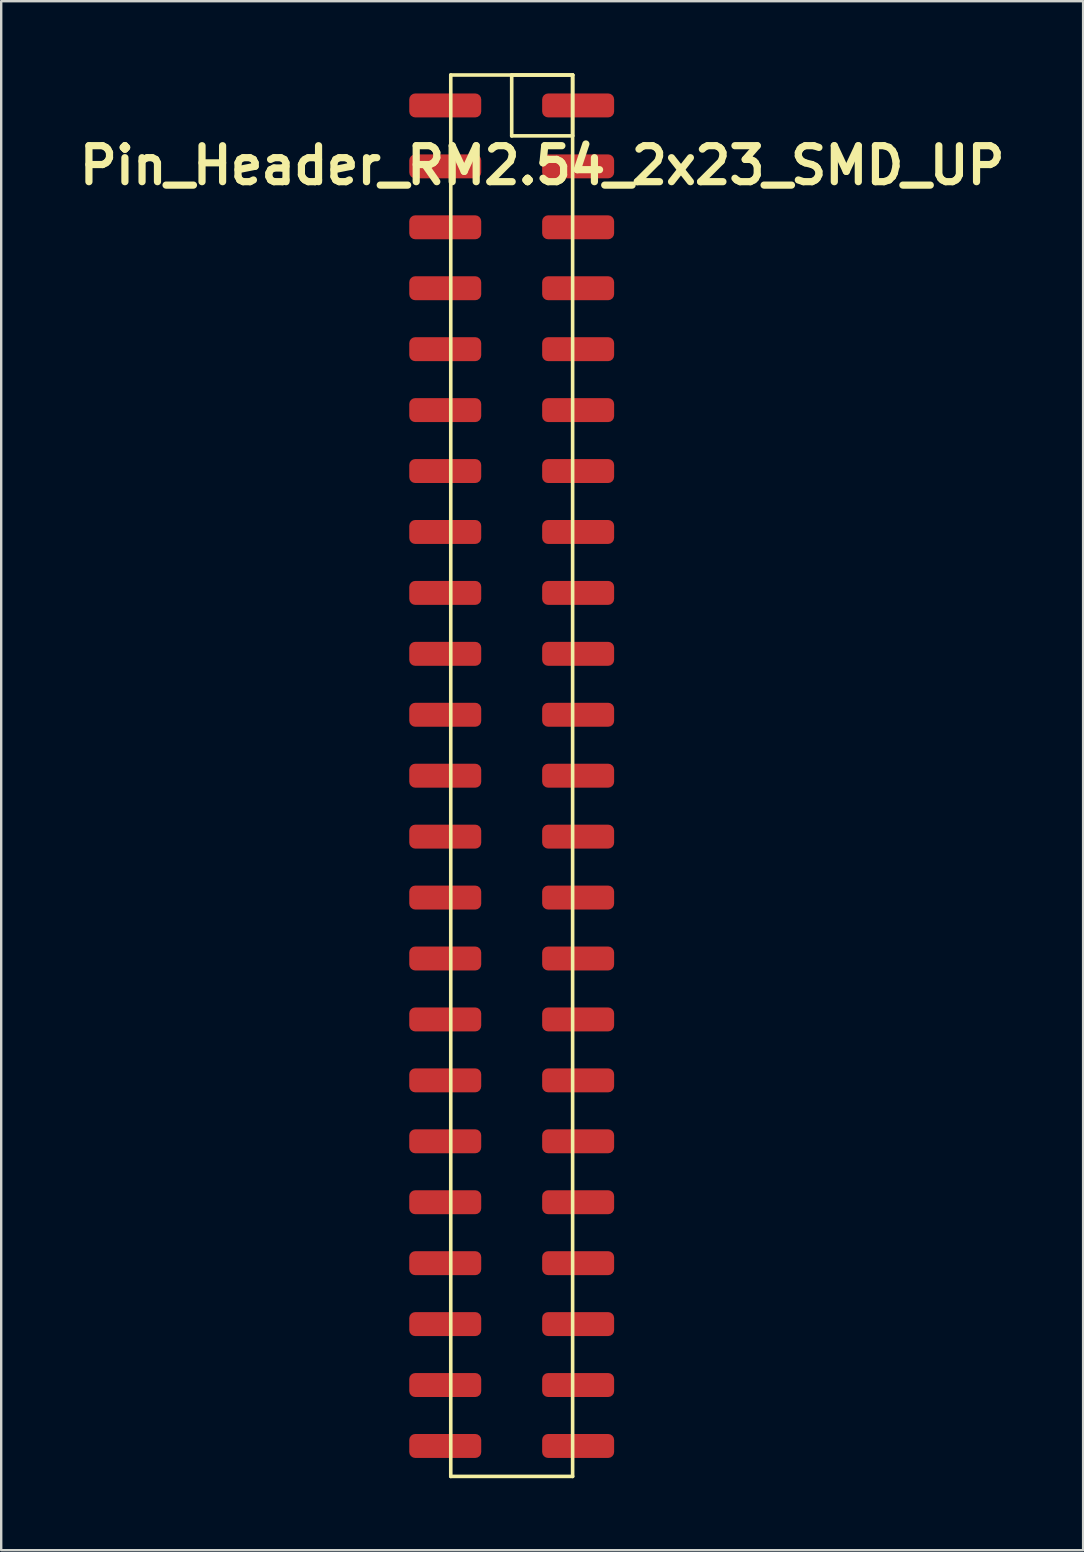
<source format=kicad_pcb>
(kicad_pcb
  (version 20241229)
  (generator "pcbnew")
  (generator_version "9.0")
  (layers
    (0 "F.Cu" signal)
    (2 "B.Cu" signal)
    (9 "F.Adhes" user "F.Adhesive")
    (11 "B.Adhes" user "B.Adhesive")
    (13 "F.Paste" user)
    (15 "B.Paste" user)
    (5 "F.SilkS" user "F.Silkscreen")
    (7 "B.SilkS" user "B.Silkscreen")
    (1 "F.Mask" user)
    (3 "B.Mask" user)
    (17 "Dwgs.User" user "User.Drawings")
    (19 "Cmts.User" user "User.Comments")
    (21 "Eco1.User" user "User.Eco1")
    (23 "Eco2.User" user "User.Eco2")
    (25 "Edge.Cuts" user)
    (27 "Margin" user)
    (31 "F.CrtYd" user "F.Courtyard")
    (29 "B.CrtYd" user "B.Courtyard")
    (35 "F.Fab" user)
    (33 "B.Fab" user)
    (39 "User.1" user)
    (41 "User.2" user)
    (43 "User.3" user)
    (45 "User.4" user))
  (footprint "Pin_Header_RM2.54_2x23_SMD_UP"
    (layer "F.Cu")
    (at 19.55 1.345)
    (property "Reference" "Pin_Header_RM2.54_2x23_SMD_UP" (at 0 2.5 0) (layer "F.SilkS") (effects (font (size 1.5 1.5) (thickness 0.3))))
    (attr through_hole)
    (fp_line (start -3.81 -1.27) (end 1.27 -1.27) (stroke (width 0.15) (type solid)) (layer "F.SilkS"))
    (fp_line (start -3.81 57.15) (end -3.81 -1.27) (stroke (width 0.15) (type solid)) (layer "F.SilkS"))
    (fp_line (start -1.27 -1.27) (end 1.27 -1.27) (stroke (width 0.15) (type solid)) (layer "F.SilkS"))
    (fp_line (start -1.27 1.27) (end -1.27 -1.27) (stroke (width 0.15) (type solid)) (layer "F.SilkS"))
    (fp_line (start 1.27 -1.27) (end 1.27 1.27) (stroke (width 0.15) (type solid)) (layer "F.SilkS"))
    (fp_line (start 1.27 -1.27) (end 1.27 57.15) (stroke (width 0.15) (type solid)) (layer "F.SilkS"))
    (fp_line (start 1.27 1.27) (end -1.27 1.27) (stroke (width 0.15) (type solid)) (layer "F.SilkS"))
    (fp_line (start 1.27 57.15) (end -3.81 57.15) (stroke (width 0.15) (type solid)) (layer "F.SilkS"))
    (pad "1" smd roundrect (at 1.5 0) (size 3 1) (layers "F.Cu" "F.Mask") (roundrect_rratio 0.25))
    (pad "2" smd roundrect (at -4.04 0) (size 3 1) (layers "F.Cu" "F.Mask") (roundrect_rratio 0.25))
    (pad "3" smd roundrect (at 1.5 2.54) (size 3 1) (layers "F.Cu" "F.Mask") (roundrect_rratio 0.25))
    (pad "4" smd roundrect (at -4.04 2.54) (size 3 1) (layers "F.Cu" "F.Mask") (roundrect_rratio 0.25))
    (pad "5" smd roundrect (at 1.5 5.08) (size 3 1) (layers "F.Cu" "F.Mask") (roundrect_rratio 0.25))
    (pad "6" smd roundrect (at -4.04 5.08) (size 3 1) (layers "F.Cu" "F.Mask") (roundrect_rratio 0.25))
    (pad "7" smd roundrect (at 1.5 7.62) (size 3 1) (layers "F.Cu" "F.Mask") (roundrect_rratio 0.25))
    (pad "8" smd roundrect (at -4.04 7.62) (size 3 1) (layers "F.Cu" "F.Mask") (roundrect_rratio 0.25))
    (pad "9" smd roundrect (at 1.5 10.16) (size 3 1) (layers "F.Cu" "F.Mask") (roundrect_rratio 0.25))
    (pad "10" smd roundrect (at -4.04 10.16) (size 3 1) (layers "F.Cu" "F.Mask") (roundrect_rratio 0.25))
    (pad "11" smd roundrect (at 1.5 12.7) (size 3 1) (layers "F.Cu" "F.Mask") (roundrect_rratio 0.25))
    (pad "12" smd roundrect (at -4.04 12.7) (size 3 1) (layers "F.Cu" "F.Mask") (roundrect_rratio 0.25))
    (pad "13" smd roundrect (at 1.5 15.24) (size 3 1) (layers "F.Cu" "F.Mask") (roundrect_rratio 0.25))
    (pad "14" smd roundrect (at -4.04 15.24) (size 3 1) (layers "F.Cu" "F.Mask") (roundrect_rratio 0.25))
    (pad "15" smd roundrect (at 1.5 17.78) (size 3 1) (layers "F.Cu" "F.Mask") (roundrect_rratio 0.25))
    (pad "16" smd roundrect (at -4.04 17.78) (size 3 1) (layers "F.Cu" "F.Mask") (roundrect_rratio 0.25))
    (pad "17" smd roundrect (at 1.5 20.32) (size 3 1) (layers "F.Cu" "F.Mask") (roundrect_rratio 0.25))
    (pad "18" smd roundrect (at -4.04 20.32) (size 3 1) (layers "F.Cu" "F.Mask") (roundrect_rratio 0.25))
    (pad "19" smd roundrect (at 1.5 22.86) (size 3 1) (layers "F.Cu" "F.Mask") (roundrect_rratio 0.25))
    (pad "20" smd roundrect (at -4.04 22.86) (size 3 1) (layers "F.Cu" "F.Mask") (roundrect_rratio 0.25))
    (pad "21" smd roundrect (at 1.5 25.4) (size 3 1) (layers "F.Cu" "F.Mask") (roundrect_rratio 0.25))
    (pad "22" smd roundrect (at -4.04 25.4) (size 3 1) (layers "F.Cu" "F.Mask") (roundrect_rratio 0.25))
    (pad "23" smd roundrect (at 1.5 27.94) (size 3 1) (layers "F.Cu" "F.Mask") (roundrect_rratio 0.25))
    (pad "24" smd roundrect (at -4.04 27.94) (size 3 1) (layers "F.Cu" "F.Mask") (roundrect_rratio 0.25))
    (pad "25" smd roundrect (at 1.5 30.48) (size 3 1) (layers "F.Cu" "F.Mask") (roundrect_rratio 0.25))
    (pad "26" smd roundrect (at -4.04 30.48) (size 3 1) (layers "F.Cu" "F.Mask") (roundrect_rratio 0.25))
    (pad "27" smd roundrect (at 1.5 33.02) (size 3 1) (layers "F.Cu" "F.Mask") (roundrect_rratio 0.25))
    (pad "28" smd roundrect (at -4.04 33.02) (size 3 1) (layers "F.Cu" "F.Mask") (roundrect_rratio 0.25))
    (pad "29" smd roundrect (at 1.5 35.56) (size 3 1) (layers "F.Cu" "F.Mask") (roundrect_rratio 0.25))
    (pad "30" smd roundrect (at -4.04 35.56) (size 3 1) (layers "F.Cu" "F.Mask") (roundrect_rratio 0.25))
    (pad "31" smd roundrect (at 1.5 38.1) (size 3 1) (layers "F.Cu" "F.Mask") (roundrect_rratio 0.25))
    (pad "32" smd roundrect (at -4.04 38.1) (size 3 1) (layers "F.Cu" "F.Mask") (roundrect_rratio 0.25))
    (pad "33" smd roundrect (at 1.5 40.64) (size 3 1) (layers "F.Cu" "F.Mask") (roundrect_rratio 0.25))
    (pad "34" smd roundrect (at -4.04 40.64) (size 3 1) (layers "F.Cu" "F.Mask") (roundrect_rratio 0.25))
    (pad "35" smd roundrect (at 1.5 43.18) (size 3 1) (layers "F.Cu" "F.Mask") (roundrect_rratio 0.25))
    (pad "36" smd roundrect (at -4.04 43.18) (size 3 1) (layers "F.Cu" "F.Mask") (roundrect_rratio 0.25))
    (pad "37" smd roundrect (at 1.5 45.72) (size 3 1) (layers "F.Cu" "F.Mask") (roundrect_rratio 0.25))
    (pad "38" smd roundrect (at -4.04 45.72) (size 3 1) (layers "F.Cu" "F.Mask") (roundrect_rratio 0.25))
    (pad "39" smd roundrect (at 1.5 48.26) (size 3 1) (layers "F.Cu" "F.Mask") (roundrect_rratio 0.25))
    (pad "40" smd roundrect (at -4.04 48.26) (size 3 1) (layers "F.Cu" "F.Mask") (roundrect_rratio 0.25))
    (pad "41" smd roundrect (at 1.5 50.8) (size 3 1) (layers "F.Cu" "F.Mask") (roundrect_rratio 0.25))
    (pad "42" smd roundrect (at -4.04 50.8) (size 3 1) (layers "F.Cu" "F.Mask") (roundrect_rratio 0.25))
    (pad "43" smd roundrect (at 1.5 53.34) (size 3 1) (layers "F.Cu" "F.Mask") (roundrect_rratio 0.25))
    (pad "44" smd roundrect (at -4.04 53.34) (size 3 1) (layers "F.Cu" "F.Mask") (roundrect_rratio 0.25))
    (pad "45" smd roundrect (at 1.5 55.88) (size 3 1) (layers "F.Cu" "F.Mask") (roundrect_rratio 0.25))
    (pad "46" smd roundrect (at -4.04 55.88) (size 3 1) (layers "F.Cu" "F.Mask") (roundrect_rratio 0.25)))
  (gr_rect
    (start -3 -3)
    (end 42.1 61.57)
    (stroke (width 0.1) (type default))
    (fill no)
    (layer "Edge.Cuts")))
</source>
